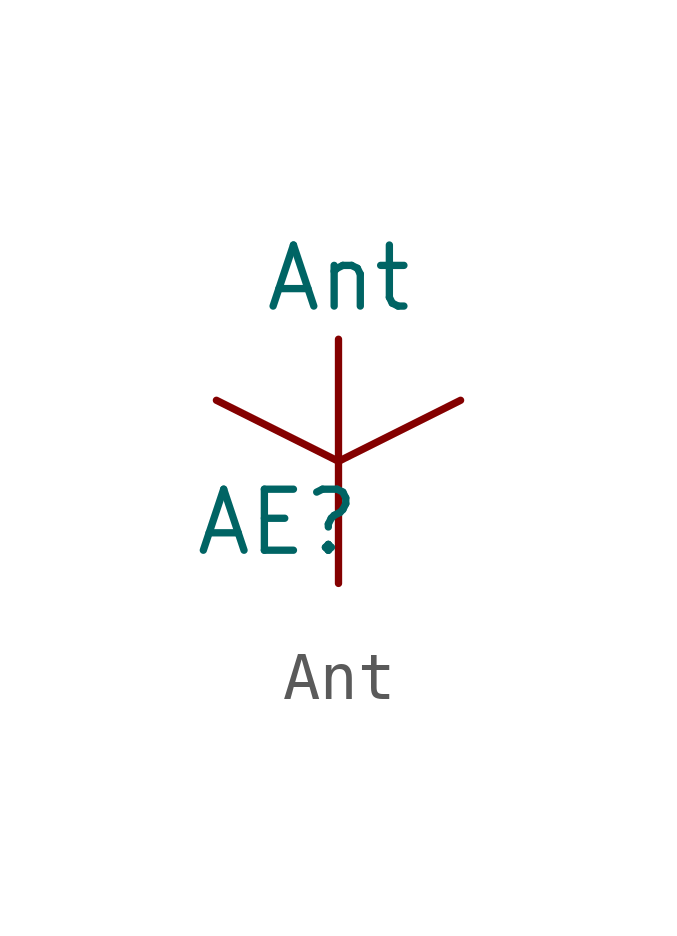
<source format=kicad_sym>
(kicad_symbol_lib
  (version 20220914)
  (generator kicad_symbol_editor)
  (symbol "Ant"
    (pin_numbers hide)
    (pin_names hide)
    (property "Reference" "AE"
      (at -1.27 1.27 0)
      (effects (font (size 1.27 1.27))))
    (property "Value" "Ant"
      (at 0 6.35 0)
      (effects (font (size 1.27 1.27))))
    (symbol "Ant_0_1"
      (polyline (pts (xy 0 5.08) (xy 0 2.54)) (stroke (width 0) (type default)) (fill (type none)))
      (polyline (pts (xy -2.54 3.81) (xy 0 2.54) (xy 2.54 3.81)) (stroke (width 0) (type default)) (fill (type none))))
    (symbol "Ant_1_1"
      (pin output line (at 0 0 90) (length 2.54) (name "SIG" (effects (font (size 1.27 1.27)))) (number "1" (effects (font (size 1.27 1.27))))))))
</source>
